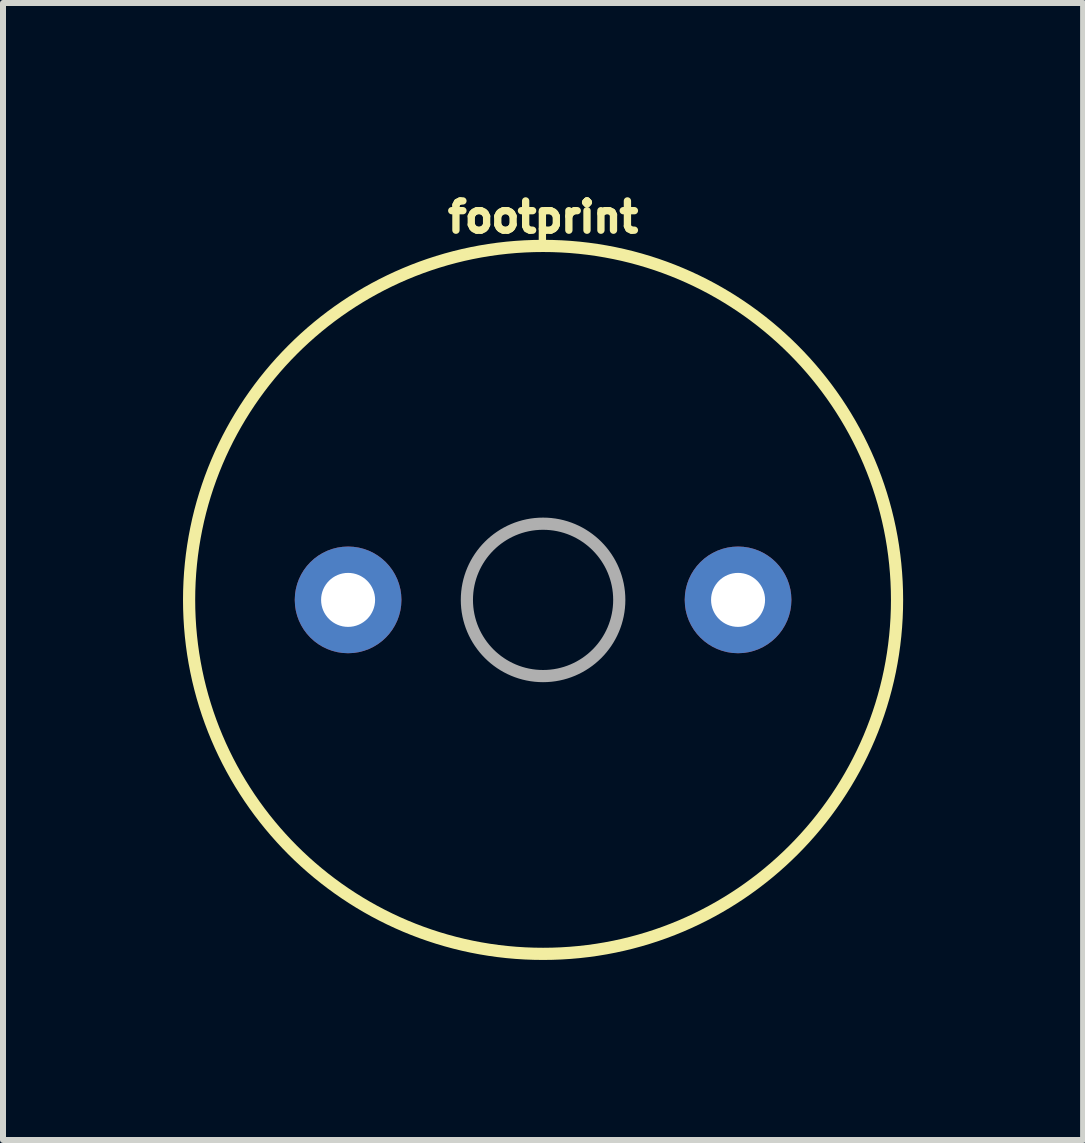
<source format=kicad_pcb>
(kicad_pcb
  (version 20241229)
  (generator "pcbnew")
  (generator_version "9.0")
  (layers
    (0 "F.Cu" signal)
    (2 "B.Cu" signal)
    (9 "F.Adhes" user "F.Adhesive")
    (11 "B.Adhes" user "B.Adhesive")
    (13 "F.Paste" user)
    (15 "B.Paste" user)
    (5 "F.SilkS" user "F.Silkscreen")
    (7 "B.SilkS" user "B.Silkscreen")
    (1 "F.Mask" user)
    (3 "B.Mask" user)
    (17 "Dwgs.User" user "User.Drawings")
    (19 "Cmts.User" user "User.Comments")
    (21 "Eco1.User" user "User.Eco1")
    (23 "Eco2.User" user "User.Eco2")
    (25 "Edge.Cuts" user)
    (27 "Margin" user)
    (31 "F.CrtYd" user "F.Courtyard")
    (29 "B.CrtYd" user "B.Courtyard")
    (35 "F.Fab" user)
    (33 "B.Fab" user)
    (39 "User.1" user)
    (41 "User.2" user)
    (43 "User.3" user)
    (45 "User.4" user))
  (footprint "footprint"
    (layer "F.Cu")
    (at 6.002 6.949)
    (property "Reference" "footprint" (at 0 -6.096 0) (layer "F.SilkS") (effects (font (size 0.488 0.488) (thickness 0.122)) (justify bottom)))
    (fp_circle (center 0 0) (end 5.9 0) (stroke (width 0.203) (type solid)) (fill no) (layer "F.SilkS"))
    (fp_circle (center 0 0) (end 1.27 0) (stroke (width 0.203) (type solid)) (fill no) (layer "F.Fab"))
    (pad "+" thru_hole circle (at 3.25 0) (size 1.778 1.778) (drill 0.9) (layers "*.Cu" "*.Mask"))
    (pad "-" thru_hole circle (at -3.25 0) (size 1.778 1.778) (drill 0.9) (layers "*.Cu" "*.Mask")))
  (gr_rect
    (start -3 -3)
    (end 15.003 15.951)
    (stroke (width 0.1) (type default))
    (fill no)
    (layer "Edge.Cuts")))
</source>
